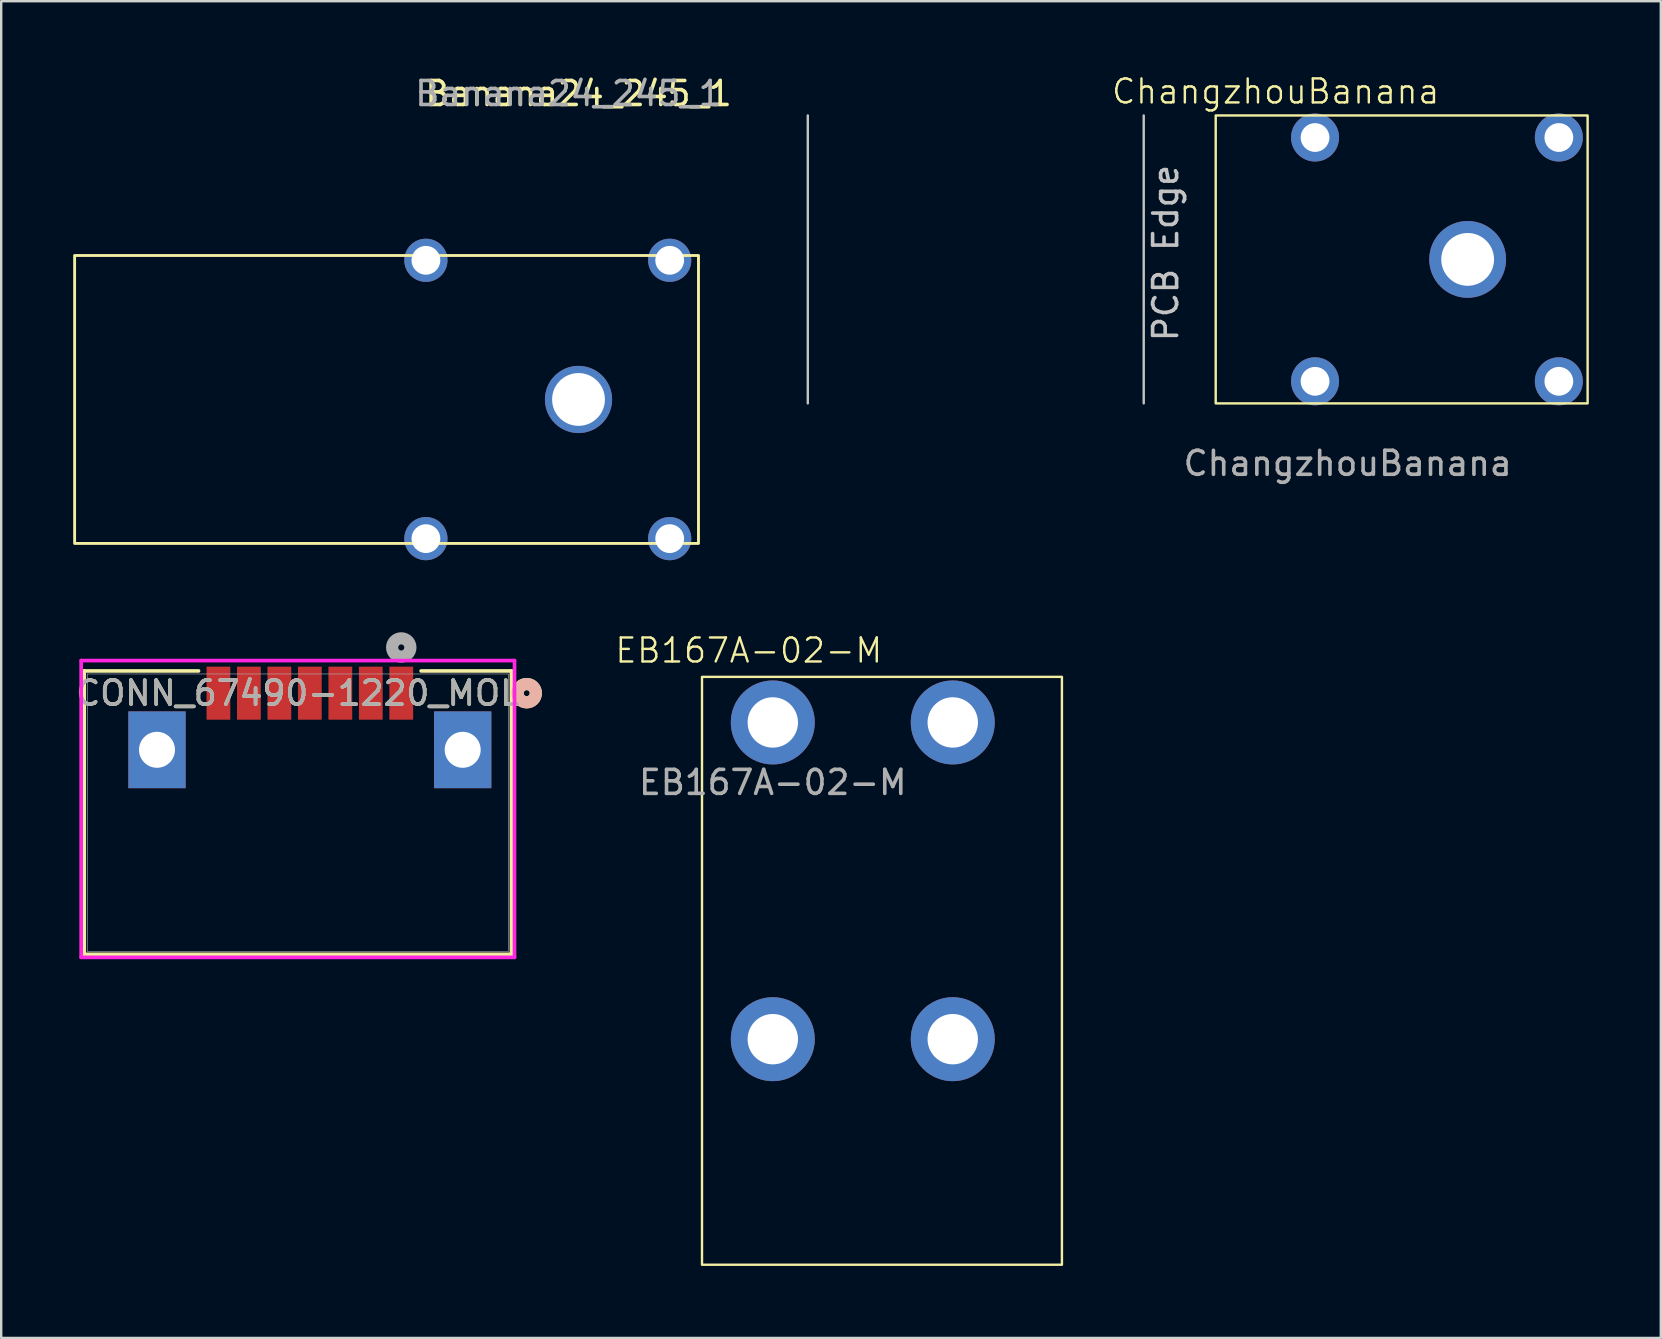
<source format=kicad_pcb>
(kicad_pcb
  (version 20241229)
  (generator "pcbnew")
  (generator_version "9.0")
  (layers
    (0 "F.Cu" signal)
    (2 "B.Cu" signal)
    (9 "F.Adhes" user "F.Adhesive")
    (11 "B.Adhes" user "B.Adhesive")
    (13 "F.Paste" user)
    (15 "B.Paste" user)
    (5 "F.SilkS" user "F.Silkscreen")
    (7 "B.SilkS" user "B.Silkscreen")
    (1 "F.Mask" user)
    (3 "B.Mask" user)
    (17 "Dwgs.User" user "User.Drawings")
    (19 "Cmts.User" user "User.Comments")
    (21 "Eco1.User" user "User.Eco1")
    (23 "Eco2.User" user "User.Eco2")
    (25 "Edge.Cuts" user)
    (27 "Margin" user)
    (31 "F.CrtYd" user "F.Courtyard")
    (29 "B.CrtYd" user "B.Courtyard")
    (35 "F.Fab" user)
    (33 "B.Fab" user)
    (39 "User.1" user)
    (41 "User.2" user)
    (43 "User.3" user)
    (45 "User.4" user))
  (footprint "Banana24_245_1"
    (layer "F.Cu")
    (at 21.06 13.598)
    (property "Reference" "Banana24_245_1" (at 0 -12.75 0) (unlocked yes) (layer "F.SilkS") (effects (font (size 1 1) (thickness 0.15))))
    (attr smd)
    (fp_rect (start -21 -6) (end 5 6) (stroke (width 0.12) (type default)) (fill no) (layer "F.SilkS"))
    (fp_text user "${REFERENCE}" (at -0.42 -12.75 0) (unlocked yes) (layer "F.Fab") (effects (font (size 1 1) (thickness 0.15))))
    (pad "" thru_hole circle (at -6.36 -5.8) (size 1.8 1.8) (drill 1.2) (layers "*.Cu" "*.Mask"))
    (pad "" thru_hole circle (at -6.36 5.8) (size 1.8 1.8) (drill 1.2) (layers "*.Cu" "*.Mask"))
    (pad "" thru_hole circle (at 3.8 -5.8) (size 1.8 1.8) (drill 1.2) (layers "*.Cu" "*.Mask"))
    (pad "" thru_hole circle (at 3.8 5.8) (size 1.8 1.8) (drill 1.2) (layers "*.Cu" "*.Mask"))
    (pad "1" thru_hole circle (at 0 0) (size 2.8 2.8) (drill 2.2) (layers "*.Cu" "*.Mask")))
  (footprint "CONN_67490-1220_MOL"
    (layer "F.Cu")
    (at 9.363 30.817)
    (property "Reference" "CONN_67490-1220_MOL" (at 0 -4.978 0) (unlocked yes) (layer "F.SilkS") (effects (font (size 1 1) (thickness 0.15))))
    (attr smd)
    (fp_line (start -8.903 -5.905) (end -8.903 5.905) (stroke (width 0.152) (type solid)) (layer "F.SilkS"))
    (fp_line (start -8.903 5.905) (end 8.903 5.905) (stroke (width 0.152) (type solid)) (layer "F.SilkS"))
    (fp_line (start -4.138 -5.905) (end -8.903 -5.905) (stroke (width 0.152) (type solid)) (layer "F.SilkS"))
    (fp_line (start 8.903 -5.905) (end 5.138 -5.905) (stroke (width 0.152) (type solid)) (layer "F.SilkS"))
    (fp_line (start 8.903 5.905) (end 8.903 -5.905) (stroke (width 0.152) (type solid)) (layer "F.SilkS"))
    (fp_circle (center 9.538 -4.978) (end 9.919 -4.978) (stroke (width 0.508) (type solid)) (fill no) (layer "F.SilkS"))
    (fp_circle (center 9.538 -4.978) (end 9.919 -4.978) (stroke (width 0.508) (type solid)) (fill no) (layer "B.SilkS"))
    (fp_line (start -9.03 -6.337) (end -9.03 6.032) (stroke (width 0.152) (type solid)) (layer "F.CrtYd"))
    (fp_line (start -9.03 6.032) (end 9.03 6.032) (stroke (width 0.152) (type solid)) (layer "F.CrtYd"))
    (fp_line (start 9.03 -6.337) (end -9.03 -6.337) (stroke (width 0.152) (type solid)) (layer "F.CrtYd"))
    (fp_line (start 9.03 6.032) (end 9.03 -6.337) (stroke (width 0.152) (type solid)) (layer "F.CrtYd"))
    (fp_line (start -8.776 -5.778) (end -8.776 5.779) (stroke (width 0.025) (type solid)) (layer "F.Fab"))
    (fp_line (start -8.776 5.779) (end 8.776 5.779) (stroke (width 0.025) (type solid)) (layer "F.Fab"))
    (fp_line (start 8.776 -5.778) (end -8.776 -5.778) (stroke (width 0.025) (type solid)) (layer "F.Fab"))
    (fp_line (start 8.776 5.779) (end 8.776 -5.778) (stroke (width 0.025) (type solid)) (layer "F.Fab"))
    (fp_circle (center 4.31 -6.883) (end 4.691 -6.883) (stroke (width 0.508) (type solid)) (fill no) (layer "F.Fab"))
    (fp_text user "${REFERENCE}" (at 0 -4.978 0) (unlocked yes) (layer "F.Fab") (effects (font (size 1 1) (thickness 0.15))))
    (pad "" thru_hole rect (at -5.87 -2.618) (size 2.388 3.2) (drill 1.499) (layers "*.Cu" "*.Mask"))
    (pad "" thru_hole rect (at 6.87 -2.618) (size 2.388 3.2) (drill 1.499) (layers "*.Cu" "*.Mask"))
    (pad "1" smd rect (at 4.31 -4.978) (size 0.991 2.21) (layers "F.Cu" "F.Mask" "F.Paste"))
    (pad "2" smd rect (at 3.04 -4.978) (size 0.991 2.21) (layers "F.Cu" "F.Mask" "F.Paste"))
    (pad "3" smd rect (at 1.77 -4.978) (size 0.991 2.21) (layers "F.Cu" "F.Mask" "F.Paste"))
    (pad "4" smd rect (at 0.5 -4.978) (size 0.991 2.21) (layers "F.Cu" "F.Mask" "F.Paste"))
    (pad "5" smd rect (at -0.77 -4.978) (size 0.991 2.21) (layers "F.Cu" "F.Mask" "F.Paste"))
    (pad "6" smd rect (at -2.04 -4.978) (size 0.991 2.21) (layers "F.Cu" "F.Mask" "F.Paste"))
    (pad "7" smd rect (at -3.31 -4.978) (size 0.991 2.21) (layers "F.Cu" "F.Mask" "F.Paste")))
  (footprint "EB167A-02-M"
    (layer "F.Cu")
    (at 29.157 27.059)
    (property "Reference" "EB167A-02-M" (at -1 -3 0) (unlocked yes) (layer "F.SilkS") (effects (font (size 1 1) (thickness 0.1))))
    (attr smd)
    (fp_rect (start -2.95 -1.9) (end 12.05 22.6) (stroke (width 0.1) (type default)) (fill no) (layer "F.SilkS"))
    (fp_text user "${REFERENCE}" (at 0 2.5 0) (unlocked yes) (layer "F.Fab") (effects (font (size 1 1) (thickness 0.15))))
    (pad "1" thru_hole circle (at 0 0) (size 3.5 3.5) (drill 2.1) (layers "*.Cu" "*.Mask"))
    (pad "1" thru_hole circle (at 0 13.2) (size 3.5 3.5) (drill 2.1) (layers "*.Cu" "*.Mask"))
    (pad "2" thru_hole circle (at 7.5 0) (size 3.5 3.5) (drill 2.1) (layers "*.Cu" "*.Mask"))
    (pad "2" thru_hole circle (at 7.5 13.2) (size 3.5 3.5) (drill 2.1) (layers "*.Cu" "*.Mask")))
  (footprint "ChangzhouBanana"
    (layer "F.Cu")
    (at 58.116 7.761)
    (property "Reference" "ChangzhouBanana" (at -8 -7 0) (unlocked yes) (layer "F.SilkS") (effects (font (size 1 1) (thickness 0.1))))
    (attr smd)
    (fp_rect (start -10.5 -6) (end 5 6) (stroke (width 0.1) (type default)) (fill no) (layer "F.SilkS"))
    (fp_line (start -27.5 -6) (end -27.5 6) (stroke (width 0.1) (type default)) (layer "Dwgs.User"))
    (fp_line (start -13.5 -6) (end -13.5 6) (stroke (width 0.1) (type default)) (layer "Dwgs.User"))
    (fp_text user "PCB Edge" (at -12 3.5 90) (unlocked yes) (layer "Dwgs.User") (effects (font (size 1 1) (thickness 0.15)) (justify left bottom)))
    (fp_text user "${REFERENCE}" (at -5 8.5 0) (unlocked yes) (layer "F.Fab") (effects (font (size 1 1) (thickness 0.15))))
    (pad "1" thru_hole circle (at 0 0) (size 3.2 3.2) (drill 2.2) (layers "*.Cu" "*.Mask"))
    (pad "2" thru_hole circle (at -6.36 -5.08) (size 2 2) (drill 1.2) (layers "*.Cu" "*.Mask"))
    (pad "2" thru_hole circle (at -6.36 5.08) (size 2 2) (drill 1.2) (layers "*.Cu" "*.Mask"))
    (pad "2" thru_hole circle (at 3.8 -5.08) (size 2 2) (drill 1.2) (layers "*.Cu" "*.Mask"))
    (pad "2" thru_hole circle (at 3.8 5.08) (size 2 2) (drill 1.2) (layers "*.Cu" "*.Mask")))
  (gr_rect
    (start -3 -3)
    (end 66.166 52.709)
    (stroke (width 0.1) (type default))
    (fill no)
    (layer "Edge.Cuts")))
</source>
